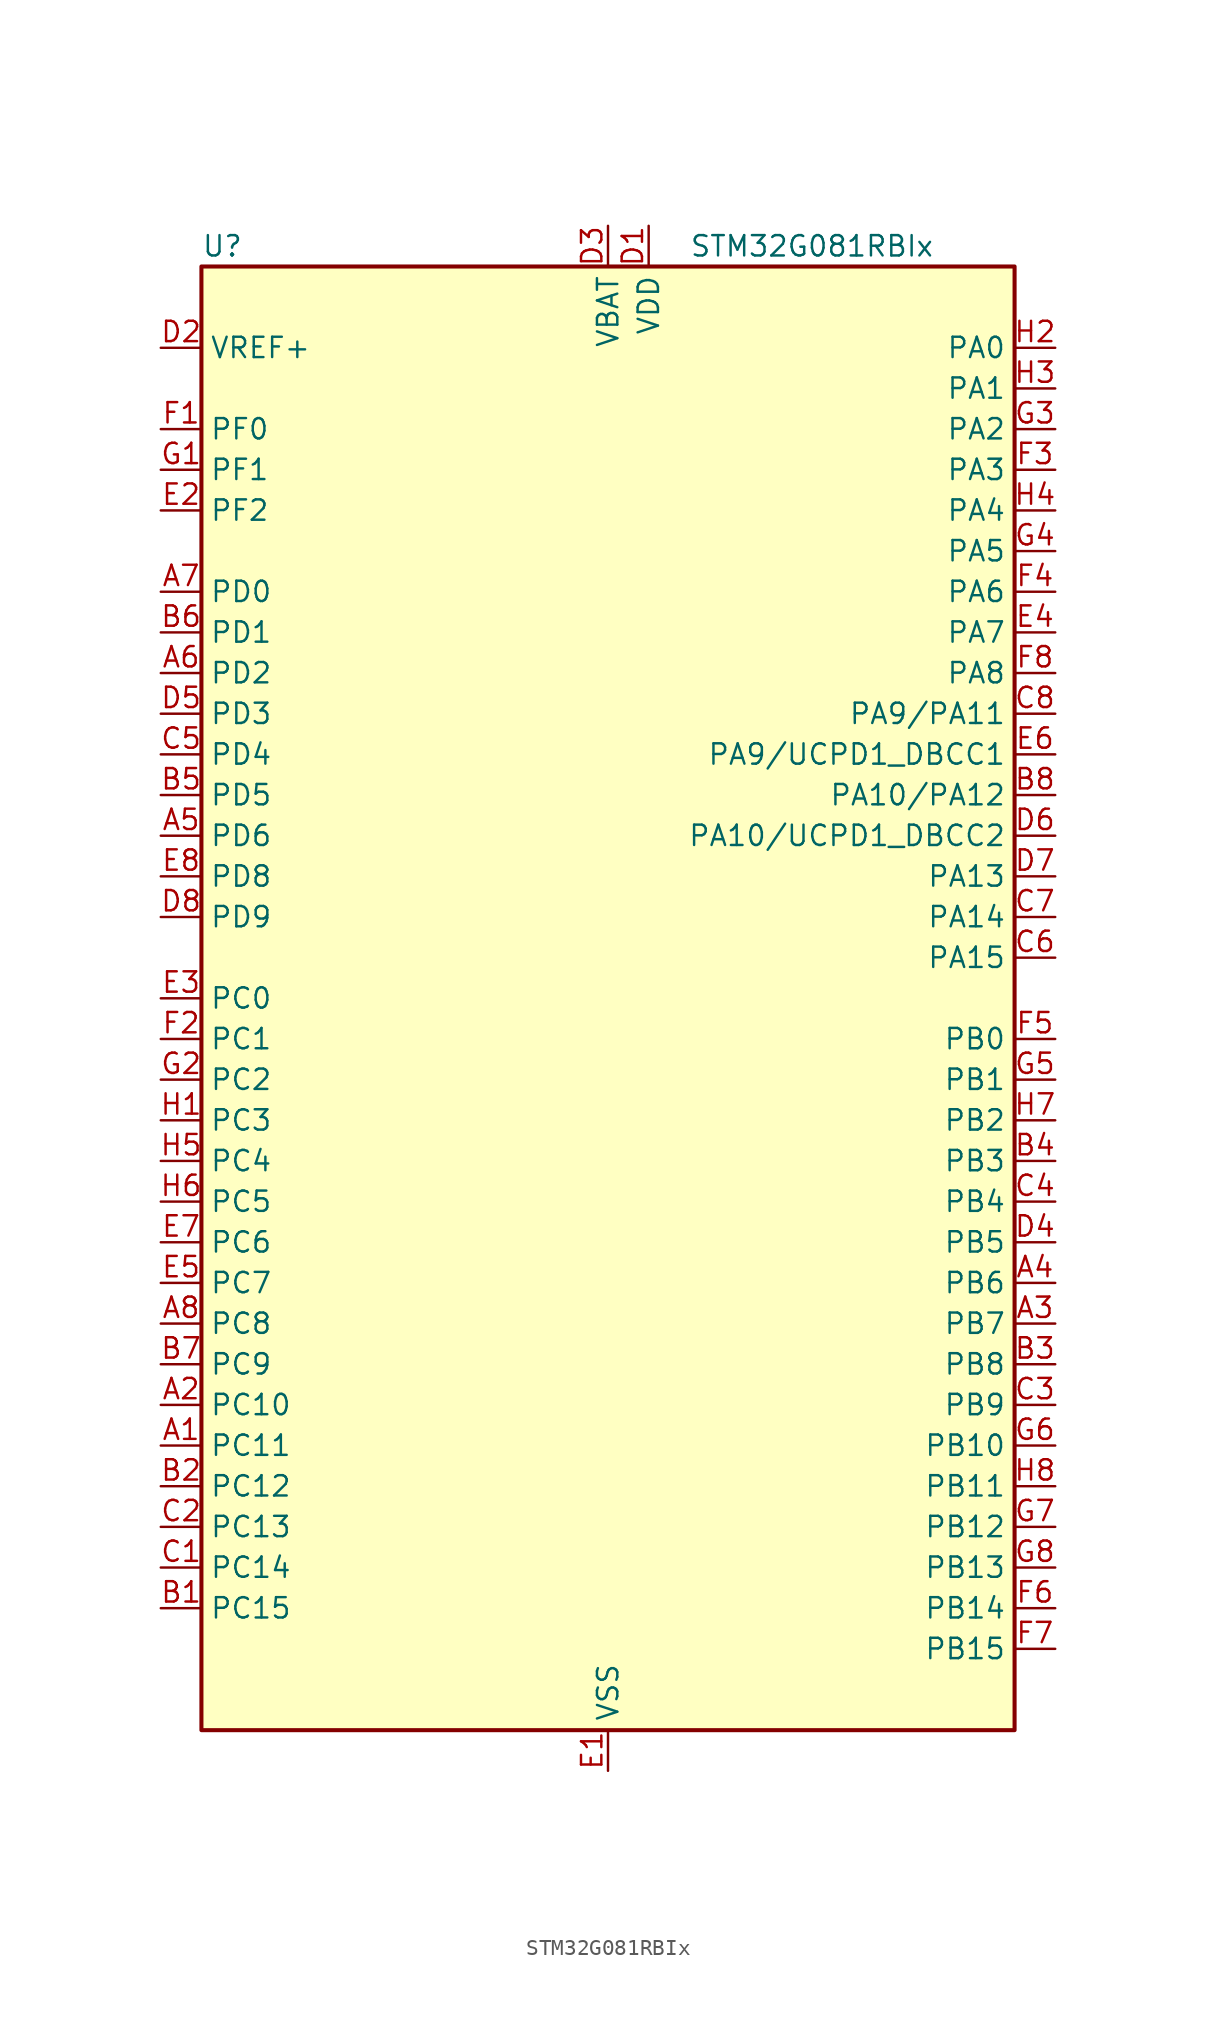
<source format=kicad_sym>
(kicad_symbol_lib
  (version 20241209)
  (generator "kicad_symbol_editor")
  (generator_version "9.0")
  (symbol "STM32G081RBIx"
    (property "Reference" "U"
      (at -25.4 46.99 0)
      (effects (font (size 1.27 1.27)) (justify left)))
    (property "Value" "STM32G081RBIx"
      (at 5.08 46.99 0)
      (effects (font (size 1.27 1.27)) (justify left)))
    (symbol "STM32G081RBIx_0_1"
      (rectangle (start -25.4 -45.72) (end 25.4 45.72) (stroke (width 0.254) (type default)) (fill (type background))))
    (symbol "STM32G081RBIx_1_1"
      (pin input line (at -27.94 40.64 0) (length 2.54) (name "VREF+" (effects (font (size 1.27 1.27)))) (number "D2" (effects (font (size 1.27 1.27)))) (alternate "VREFBUF_OUT" bidirectional line))
      (pin bidirectional line (at -27.94 35.56 0) (length 2.54) (name "PF0" (effects (font (size 1.27 1.27)))) (number "F1" (effects (font (size 1.27 1.27)))) (alternate "RCC_OSC_IN" bidirectional line) (alternate "TIM14_CH1" bidirectional line))
      (pin bidirectional line (at -27.94 33.02 0) (length 2.54) (name "PF1" (effects (font (size 1.27 1.27)))) (number "G1" (effects (font (size 1.27 1.27)))) (alternate "RCC_OSC_EN" bidirectional line) (alternate "RCC_OSC_OUT" bidirectional line) (alternate "TIM15_CH1N" bidirectional line))
      (pin bidirectional line (at -27.94 30.48 0) (length 2.54) (name "PF2" (effects (font (size 1.27 1.27)))) (number "E2" (effects (font (size 1.27 1.27)))) (alternate "RCC_MCO" bidirectional line))
      (pin bidirectional line (at -27.94 25.4 0) (length 2.54) (name "PD0" (effects (font (size 1.27 1.27)))) (number "A7" (effects (font (size 1.27 1.27)))) (alternate "SPI2_NSS" bidirectional line) (alternate "TIM16_CH1" bidirectional line) (alternate "UCPD2_CC1" bidirectional line))
      (pin bidirectional line (at -27.94 22.86 0) (length 2.54) (name "PD1" (effects (font (size 1.27 1.27)))) (number "B6" (effects (font (size 1.27 1.27)))) (alternate "SPI2_SCK" bidirectional line) (alternate "TIM17_CH1" bidirectional line) (alternate "UCPD2_DBCC1" bidirectional line))
      (pin bidirectional line (at -27.94 20.32 0) (length 2.54) (name "PD2" (effects (font (size 1.27 1.27)))) (number "A6" (effects (font (size 1.27 1.27)))) (alternate "TIM1_CH1N" bidirectional line) (alternate "TIM3_ETR" bidirectional line) (alternate "UCPD2_CC2" bidirectional line) (alternate "USART3_CK" bidirectional line) (alternate "USART3_DE" bidirectional line) (alternate "USART3_RTS" bidirectional line))
      (pin bidirectional line (at -27.94 17.78 0) (length 2.54) (name "PD3" (effects (font (size 1.27 1.27)))) (number "D5" (effects (font (size 1.27 1.27)))) (alternate "SPI2_MISO" bidirectional line) (alternate "TIM1_CH2N" bidirectional line) (alternate "UCPD2_DBCC2" bidirectional line) (alternate "USART2_CTS" bidirectional line) (alternate "USART2_NSS" bidirectional line))
      (pin bidirectional line (at -27.94 15.24 0) (length 2.54) (name "PD4" (effects (font (size 1.27 1.27)))) (number "C5" (effects (font (size 1.27 1.27)))) (alternate "SPI2_MOSI" bidirectional line) (alternate "TIM1_CH3N" bidirectional line) (alternate "USART2_CK" bidirectional line) (alternate "USART2_DE" bidirectional line) (alternate "USART2_RTS" bidirectional line))
      (pin bidirectional line (at -27.94 12.7 0) (length 2.54) (name "PD5" (effects (font (size 1.27 1.27)))) (number "B5" (effects (font (size 1.27 1.27)))) (alternate "I2S1_MCK" bidirectional line) (alternate "SPI1_MISO" bidirectional line) (alternate "TIM1_BK" bidirectional line) (alternate "USART2_TX" bidirectional line))
      (pin bidirectional line (at -27.94 10.16 0) (length 2.54) (name "PD6" (effects (font (size 1.27 1.27)))) (number "A5" (effects (font (size 1.27 1.27)))) (alternate "I2S1_SD" bidirectional line) (alternate "LPTIM2_OUT" bidirectional line) (alternate "SPI1_MOSI" bidirectional line) (alternate "USART2_RX" bidirectional line))
      (pin bidirectional line (at -27.94 7.62 0) (length 2.54) (name "PD8" (effects (font (size 1.27 1.27)))) (number "E8" (effects (font (size 1.27 1.27)))) (alternate "I2S1_CK" bidirectional line) (alternate "LPTIM1_OUT" bidirectional line) (alternate "SPI1_SCK" bidirectional line) (alternate "USART3_TX" bidirectional line))
      (pin bidirectional line (at -27.94 5.08 0) (length 2.54) (name "PD9" (effects (font (size 1.27 1.27)))) (number "D8" (effects (font (size 1.27 1.27)))) (alternate "DAC1_EXTI9" bidirectional line) (alternate "I2S1_WS" bidirectional line) (alternate "SPI1_NSS" bidirectional line) (alternate "TIM1_BK2" bidirectional line) (alternate "USART3_RX" bidirectional line))
      (pin bidirectional line (at -27.94 0 0) (length 2.54) (name "PC0" (effects (font (size 1.27 1.27)))) (number "E3" (effects (font (size 1.27 1.27)))) (alternate "LPTIM1_IN1" bidirectional line) (alternate "LPTIM2_IN1" bidirectional line) (alternate "LPUART1_RX" bidirectional line))
      (pin bidirectional line (at -27.94 -2.54 0) (length 2.54) (name "PC1" (effects (font (size 1.27 1.27)))) (number "F2" (effects (font (size 1.27 1.27)))) (alternate "LPTIM1_OUT" bidirectional line) (alternate "LPUART1_TX" bidirectional line) (alternate "TIM15_CH1" bidirectional line))
      (pin bidirectional line (at -27.94 -5.08 0) (length 2.54) (name "PC2" (effects (font (size 1.27 1.27)))) (number "G2" (effects (font (size 1.27 1.27)))) (alternate "LPTIM1_IN2" bidirectional line) (alternate "SPI2_MISO" bidirectional line) (alternate "TIM15_CH2" bidirectional line))
      (pin bidirectional line (at -27.94 -7.62 0) (length 2.54) (name "PC3" (effects (font (size 1.27 1.27)))) (number "H1" (effects (font (size 1.27 1.27)))) (alternate "LPTIM1_ETR" bidirectional line) (alternate "LPTIM2_ETR" bidirectional line) (alternate "SPI2_MOSI" bidirectional line))
      (pin bidirectional line (at -27.94 -10.16 0) (length 2.54) (name "PC4" (effects (font (size 1.27 1.27)))) (number "H5" (effects (font (size 1.27 1.27)))) (alternate "ADC1_IN17" bidirectional line) (alternate "COMP1_INM" bidirectional line) (alternate "TIM2_CH1" bidirectional line) (alternate "TIM2_ETR" bidirectional line) (alternate "USART1_TX" bidirectional line) (alternate "USART3_TX" bidirectional line))
      (pin bidirectional line (at -27.94 -12.7 0) (length 2.54) (name "PC5" (effects (font (size 1.27 1.27)))) (number "H6" (effects (font (size 1.27 1.27)))) (alternate "ADC1_IN18" bidirectional line) (alternate "COMP1_INP" bidirectional line) (alternate "SYS_WKUP5" bidirectional line) (alternate "TIM2_CH2" bidirectional line) (alternate "USART1_RX" bidirectional line) (alternate "USART3_RX" bidirectional line))
      (pin bidirectional line (at -27.94 -15.24 0) (length 2.54) (name "PC6" (effects (font (size 1.27 1.27)))) (number "E7" (effects (font (size 1.27 1.27)))) (alternate "TIM2_CH3" bidirectional line) (alternate "TIM3_CH1" bidirectional line) (alternate "UCPD1_FRSTX1" bidirectional line) (alternate "UCPD1_FRSTX2" bidirectional line))
      (pin bidirectional line (at -27.94 -17.78 0) (length 2.54) (name "PC7" (effects (font (size 1.27 1.27)))) (number "E5" (effects (font (size 1.27 1.27)))) (alternate "TIM2_CH4" bidirectional line) (alternate "TIM3_CH2" bidirectional line) (alternate "UCPD2_FRSTX1" bidirectional line) (alternate "UCPD2_FRSTX2" bidirectional line))
      (pin bidirectional line (at -27.94 -20.32 0) (length 2.54) (name "PC8" (effects (font (size 1.27 1.27)))) (number "A8" (effects (font (size 1.27 1.27)))) (alternate "TIM1_CH1" bidirectional line) (alternate "TIM3_CH3" bidirectional line) (alternate "UCPD2_FRSTX1" bidirectional line) (alternate "UCPD2_FRSTX2" bidirectional line))
      (pin bidirectional line (at -27.94 -22.86 0) (length 2.54) (name "PC9" (effects (font (size 1.27 1.27)))) (number "B7" (effects (font (size 1.27 1.27)))) (alternate "DAC1_EXTI9" bidirectional line) (alternate "I2S_CKIN" bidirectional line) (alternate "TIM1_CH2" bidirectional line) (alternate "TIM3_CH4" bidirectional line))
      (pin bidirectional line (at -27.94 -25.4 0) (length 2.54) (name "PC10" (effects (font (size 1.27 1.27)))) (number "A2" (effects (font (size 1.27 1.27)))) (alternate "TIM1_CH3" bidirectional line) (alternate "USART3_TX" bidirectional line) (alternate "USART4_TX" bidirectional line))
      (pin bidirectional line (at -27.94 -27.94 0) (length 2.54) (name "PC11" (effects (font (size 1.27 1.27)))) (number "A1" (effects (font (size 1.27 1.27)))) (alternate "ADC1_EXTI11" bidirectional line) (alternate "TIM1_CH4" bidirectional line) (alternate "USART3_RX" bidirectional line) (alternate "USART4_RX" bidirectional line))
      (pin bidirectional line (at -27.94 -30.48 0) (length 2.54) (name "PC12" (effects (font (size 1.27 1.27)))) (number "B2" (effects (font (size 1.27 1.27)))) (alternate "LPTIM1_IN1" bidirectional line) (alternate "TIM14_CH1" bidirectional line) (alternate "UCPD1_FRSTX1" bidirectional line) (alternate "UCPD1_FRSTX2" bidirectional line))
      (pin bidirectional line (at -27.94 -33.02 0) (length 2.54) (name "PC13" (effects (font (size 1.27 1.27)))) (number "C2" (effects (font (size 1.27 1.27)))) (alternate "RTC_OUT_ALARM" bidirectional line) (alternate "RTC_OUT_CALIB" bidirectional line) (alternate "RTC_TAMP_IN1" bidirectional line) (alternate "RTC_TS" bidirectional line) (alternate "SYS_WKUP2" bidirectional line) (alternate "TIM1_BK" bidirectional line))
      (pin bidirectional line (at -27.94 -35.56 0) (length 2.54) (name "PC14" (effects (font (size 1.27 1.27)))) (number "C1" (effects (font (size 1.27 1.27)))) (alternate "RCC_OSC32_IN" bidirectional line) (alternate "TIM1_BK2" bidirectional line))
      (pin bidirectional line (at -27.94 -38.1 0) (length 2.54) (name "PC15" (effects (font (size 1.27 1.27)))) (number "B1" (effects (font (size 1.27 1.27)))) (alternate "RCC_OSC32_EN" bidirectional line) (alternate "RCC_OSC32_OUT" bidirectional line) (alternate "RCC_OSC_EN" bidirectional line) (alternate "TIM15_BK" bidirectional line))
      (pin power_in line (at 0 48.26 270) (length 2.54) (name "VBAT" (effects (font (size 1.27 1.27)))) (number "D3" (effects (font (size 1.27 1.27)))))
      (pin power_in line (at 0 -48.26 90) (length 2.54) (name "VSS" (effects (font (size 1.27 1.27)))) (number "E1" (effects (font (size 1.27 1.27)))))
      (pin power_in line (at 2.54 48.26 270) (length 2.54) (name "VDD" (effects (font (size 1.27 1.27)))) (number "D1" (effects (font (size 1.27 1.27)))))
      (pin bidirectional line (at 27.94 40.64 180) (length 2.54) (name "PA0" (effects (font (size 1.27 1.27)))) (number "H2" (effects (font (size 1.27 1.27)))) (alternate "ADC1_IN0" bidirectional line) (alternate "COMP1_INM" bidirectional line) (alternate "COMP1_OUT" bidirectional line) (alternate "LPTIM1_OUT" bidirectional line) (alternate "RTC_TAMP_IN2" bidirectional line) (alternate "SPI2_SCK" bidirectional line) (alternate "SYS_WKUP1" bidirectional line) (alternate "TIM2_CH1" bidirectional line) (alternate "TIM2_ETR" bidirectional line) (alternate "UCPD2_FRSTX1" bidirectional line) (alternate "UCPD2_FRSTX2" bidirectional line) (alternate "USART2_CTS" bidirectional line) (alternate "USART2_NSS" bidirectional line) (alternate "USART4_TX" bidirectional line))
      (pin bidirectional line (at 27.94 38.1 180) (length 2.54) (name "PA1" (effects (font (size 1.27 1.27)))) (number "H3" (effects (font (size 1.27 1.27)))) (alternate "ADC1_IN1" bidirectional line) (alternate "COMP1_INP" bidirectional line) (alternate "I2C1_SMBA" bidirectional line) (alternate "I2S1_CK" bidirectional line) (alternate "SPI1_SCK" bidirectional line) (alternate "TIM15_CH1N" bidirectional line) (alternate "TIM2_CH2" bidirectional line) (alternate "USART2_CK" bidirectional line) (alternate "USART2_DE" bidirectional line) (alternate "USART2_RTS" bidirectional line) (alternate "USART4_RX" bidirectional line))
      (pin bidirectional line (at 27.94 35.56 180) (length 2.54) (name "PA2" (effects (font (size 1.27 1.27)))) (number "G3" (effects (font (size 1.27 1.27)))) (alternate "ADC1_IN2" bidirectional line) (alternate "COMP2_INM" bidirectional line) (alternate "COMP2_OUT" bidirectional line) (alternate "I2S1_SD" bidirectional line) (alternate "LPUART1_TX" bidirectional line) (alternate "RCC_LSCO" bidirectional line) (alternate "SPI1_MOSI" bidirectional line) (alternate "SYS_WKUP4" bidirectional line) (alternate "TIM15_CH1" bidirectional line) (alternate "TIM2_CH3" bidirectional line) (alternate "UCPD1_FRSTX1" bidirectional line) (alternate "UCPD1_FRSTX2" bidirectional line) (alternate "USART2_TX" bidirectional line))
      (pin bidirectional line (at 27.94 33.02 180) (length 2.54) (name "PA3" (effects (font (size 1.27 1.27)))) (number "F3" (effects (font (size 1.27 1.27)))) (alternate "ADC1_IN3" bidirectional line) (alternate "COMP2_INP" bidirectional line) (alternate "LPUART1_RX" bidirectional line) (alternate "SPI2_MISO" bidirectional line) (alternate "TIM15_CH2" bidirectional line) (alternate "TIM2_CH4" bidirectional line) (alternate "UCPD2_FRSTX1" bidirectional line) (alternate "UCPD2_FRSTX2" bidirectional line) (alternate "USART2_RX" bidirectional line))
      (pin bidirectional line (at 27.94 30.48 180) (length 2.54) (name "PA4" (effects (font (size 1.27 1.27)))) (number "H4" (effects (font (size 1.27 1.27)))) (alternate "ADC1_IN4" bidirectional line) (alternate "DAC1_OUT1" bidirectional line) (alternate "I2S1_WS" bidirectional line) (alternate "LPTIM2_OUT" bidirectional line) (alternate "RTC_OUT_ALARM" bidirectional line) (alternate "RTC_OUT_CALIB" bidirectional line) (alternate "SPI1_NSS" bidirectional line) (alternate "SPI2_MOSI" bidirectional line) (alternate "TIM14_CH1" bidirectional line) (alternate "UCPD2_FRSTX1" bidirectional line) (alternate "UCPD2_FRSTX2" bidirectional line))
      (pin bidirectional line (at 27.94 27.94 180) (length 2.54) (name "PA5" (effects (font (size 1.27 1.27)))) (number "G4" (effects (font (size 1.27 1.27)))) (alternate "ADC1_IN5" bidirectional line) (alternate "CEC" bidirectional line) (alternate "DAC1_OUT2" bidirectional line) (alternate "I2S1_CK" bidirectional line) (alternate "LPTIM2_ETR" bidirectional line) (alternate "SPI1_SCK" bidirectional line) (alternate "TIM2_CH1" bidirectional line) (alternate "TIM2_ETR" bidirectional line) (alternate "UCPD1_FRSTX1" bidirectional line) (alternate "UCPD1_FRSTX2" bidirectional line) (alternate "USART3_TX" bidirectional line))
      (pin bidirectional line (at 27.94 25.4 180) (length 2.54) (name "PA6" (effects (font (size 1.27 1.27)))) (number "F4" (effects (font (size 1.27 1.27)))) (alternate "ADC1_IN6" bidirectional line) (alternate "COMP1_OUT" bidirectional line) (alternate "I2S1_MCK" bidirectional line) (alternate "LPUART1_CTS" bidirectional line) (alternate "SPI1_MISO" bidirectional line) (alternate "TIM16_CH1" bidirectional line) (alternate "TIM1_BK" bidirectional line) (alternate "TIM3_CH1" bidirectional line) (alternate "USART3_CTS" bidirectional line) (alternate "USART3_NSS" bidirectional line))
      (pin bidirectional line (at 27.94 22.86 180) (length 2.54) (name "PA7" (effects (font (size 1.27 1.27)))) (number "E4" (effects (font (size 1.27 1.27)))) (alternate "ADC1_IN7" bidirectional line) (alternate "COMP2_OUT" bidirectional line) (alternate "I2S1_SD" bidirectional line) (alternate "SPI1_MOSI" bidirectional line) (alternate "TIM14_CH1" bidirectional line) (alternate "TIM17_CH1" bidirectional line) (alternate "TIM1_CH1N" bidirectional line) (alternate "TIM3_CH2" bidirectional line) (alternate "UCPD1_FRSTX1" bidirectional line) (alternate "UCPD1_FRSTX2" bidirectional line))
      (pin bidirectional line (at 27.94 20.32 180) (length 2.54) (name "PA8" (effects (font (size 1.27 1.27)))) (number "F8" (effects (font (size 1.27 1.27)))) (alternate "LPTIM2_OUT" bidirectional line) (alternate "RCC_MCO" bidirectional line) (alternate "SPI2_NSS" bidirectional line) (alternate "TIM1_CH1" bidirectional line) (alternate "UCPD1_CC1" bidirectional line))
      (pin bidirectional line (at 27.94 17.78 180) (length 2.54) (name "PA9/PA11" (effects (font (size 1.27 1.27)))) (number "C8" (effects (font (size 1.27 1.27)))) (alternate "ADC1_EXTI11 (PA11)" bidirectional line) (alternate "COMP1_OUT (PA11)" bidirectional line) (alternate "DAC1_EXTI9 (PA9)" bidirectional line) (alternate "I2C1_SCL (PA9)" bidirectional line) (alternate "I2C2_SCL (PA11)" bidirectional line) (alternate "I2S1_MCK (PA11)" bidirectional line) (alternate "PA11" bidirectional line) (alternate "PA9" bidirectional line) (alternate "RCC_MCO (PA9)" bidirectional line) (alternate "SPI1_MISO (PA11)" bidirectional line) (alternate "SPI2_MISO (PA9)" bidirectional line) (alternate "TIM15_BK (PA9)" bidirectional line) (alternate "TIM1_BK2 (PA11)" bidirectional line) (alternate "TIM1_CH2 (PA9)" bidirectional line) (alternate "TIM1_CH4 (PA11)" bidirectional line) (alternate "USART1_CTS (PA11)" bidirectional line) (alternate "USART1_NSS (PA11)" bidirectional line) (alternate "USART1_TX (PA9)" bidirectional line))
      (pin bidirectional line (at 27.94 15.24 180) (length 2.54) (name "PA9/UCPD1_DBCC1" (effects (font (size 1.27 1.27)))) (number "E6" (effects (font (size 1.27 1.27)))) (alternate "DAC1_EXTI9 (PA9)" bidirectional line) (alternate "I2C1_SCL (PA9)" bidirectional line) (alternate "PA9" bidirectional line) (alternate "RCC_MCO (PA9)" bidirectional line) (alternate "SPI2_MISO (PA9)" bidirectional line) (alternate "TIM15_BK (PA9)" bidirectional line) (alternate "TIM1_CH2 (PA9)" bidirectional line) (alternate "UCPD1_DBCC1" bidirectional line) (alternate "UCPD1_DBCC1 (PA9)" bidirectional line) (alternate "UCPD1_DBCC1 (UCPD1_DBCC1)" bidirectional line) (alternate "USART1_TX (PA9)" bidirectional line))
      (pin bidirectional line (at 27.94 12.7 180) (length 2.54) (name "PA10/PA12" (effects (font (size 1.27 1.27)))) (number "B8" (effects (font (size 1.27 1.27)))) (alternate "COMP2_OUT (PA12)" bidirectional line) (alternate "I2C1_SDA (PA10)" bidirectional line) (alternate "I2C2_SDA (PA12)" bidirectional line) (alternate "I2S1_SD (PA12)" bidirectional line) (alternate "I2S_CKIN (PA12)" bidirectional line) (alternate "PA10" bidirectional line) (alternate "PA12" bidirectional line) (alternate "SPI1_MOSI (PA12)" bidirectional line) (alternate "SPI2_MOSI (PA10)" bidirectional line) (alternate "TIM17_BK (PA10)" bidirectional line) (alternate "TIM1_CH3 (PA10)" bidirectional line) (alternate "TIM1_ETR (PA12)" bidirectional line) (alternate "USART1_CK (PA12)" bidirectional line) (alternate "USART1_DE (PA12)" bidirectional line) (alternate "USART1_RTS (PA12)" bidirectional line) (alternate "USART1_RX (PA10)" bidirectional line))
      (pin bidirectional line (at 27.94 10.16 180) (length 2.54) (name "PA10/UCPD1_DBCC2" (effects (font (size 1.27 1.27)))) (number "D6" (effects (font (size 1.27 1.27)))) (alternate "I2C1_SDA (PA10)" bidirectional line) (alternate "PA10" bidirectional line) (alternate "SPI2_MOSI (PA10)" bidirectional line) (alternate "TIM17_BK (PA10)" bidirectional line) (alternate "TIM1_CH3 (PA10)" bidirectional line) (alternate "UCPD1_DBCC2" bidirectional line) (alternate "UCPD1_DBCC2 (PA10)" bidirectional line) (alternate "UCPD1_DBCC2 (UCPD1_DBCC2)" bidirectional line) (alternate "USART1_RX (PA10)" bidirectional line))
      (pin bidirectional line (at 27.94 7.62 180) (length 2.54) (name "PA13" (effects (font (size 1.27 1.27)))) (number "D7" (effects (font (size 1.27 1.27)))) (alternate "IR_OUT" bidirectional line) (alternate "SYS_SWDIO" bidirectional line))
      (pin bidirectional line (at 27.94 5.08 180) (length 2.54) (name "PA14" (effects (font (size 1.27 1.27)))) (number "C7" (effects (font (size 1.27 1.27)))) (alternate "SYS_SWCLK" bidirectional line) (alternate "USART2_TX" bidirectional line))
      (pin bidirectional line (at 27.94 2.54 180) (length 2.54) (name "PA15" (effects (font (size 1.27 1.27)))) (number "C6" (effects (font (size 1.27 1.27)))) (alternate "I2S1_WS" bidirectional line) (alternate "SPI1_NSS" bidirectional line) (alternate "TIM2_CH1" bidirectional line) (alternate "TIM2_ETR" bidirectional line) (alternate "USART2_RX" bidirectional line) (alternate "USART3_CK" bidirectional line) (alternate "USART3_DE" bidirectional line) (alternate "USART3_RTS" bidirectional line) (alternate "USART4_CK" bidirectional line) (alternate "USART4_DE" bidirectional line) (alternate "USART4_RTS" bidirectional line))
      (pin bidirectional line (at 27.94 -2.54 180) (length 2.54) (name "PB0" (effects (font (size 1.27 1.27)))) (number "F5" (effects (font (size 1.27 1.27)))) (alternate "ADC1_IN8" bidirectional line) (alternate "COMP1_OUT" bidirectional line) (alternate "I2S1_WS" bidirectional line) (alternate "LPTIM1_OUT" bidirectional line) (alternate "SPI1_NSS" bidirectional line) (alternate "TIM1_CH2N" bidirectional line) (alternate "TIM3_CH3" bidirectional line) (alternate "UCPD1_FRSTX1" bidirectional line) (alternate "UCPD1_FRSTX2" bidirectional line) (alternate "USART3_RX" bidirectional line))
      (pin bidirectional line (at 27.94 -5.08 180) (length 2.54) (name "PB1" (effects (font (size 1.27 1.27)))) (number "G5" (effects (font (size 1.27 1.27)))) (alternate "ADC1_IN9" bidirectional line) (alternate "COMP1_INM" bidirectional line) (alternate "LPTIM2_IN1" bidirectional line) (alternate "LPUART1_DE" bidirectional line) (alternate "LPUART1_RTS" bidirectional line) (alternate "TIM14_CH1" bidirectional line) (alternate "TIM1_CH3N" bidirectional line) (alternate "TIM3_CH4" bidirectional line) (alternate "USART3_CK" bidirectional line) (alternate "USART3_DE" bidirectional line) (alternate "USART3_RTS" bidirectional line))
      (pin bidirectional line (at 27.94 -7.62 180) (length 2.54) (name "PB2" (effects (font (size 1.27 1.27)))) (number "H7" (effects (font (size 1.27 1.27)))) (alternate "ADC1_IN10" bidirectional line) (alternate "COMP1_INP" bidirectional line) (alternate "LPTIM1_OUT" bidirectional line) (alternate "SPI2_MISO" bidirectional line) (alternate "USART3_TX" bidirectional line))
      (pin bidirectional line (at 27.94 -10.16 180) (length 2.54) (name "PB3" (effects (font (size 1.27 1.27)))) (number "B4" (effects (font (size 1.27 1.27)))) (alternate "COMP2_INM" bidirectional line) (alternate "I2S1_CK" bidirectional line) (alternate "SPI1_SCK" bidirectional line) (alternate "TIM1_CH2" bidirectional line) (alternate "TIM2_CH2" bidirectional line) (alternate "USART1_CK" bidirectional line) (alternate "USART1_DE" bidirectional line) (alternate "USART1_RTS" bidirectional line))
      (pin bidirectional line (at 27.94 -12.7 180) (length 2.54) (name "PB4" (effects (font (size 1.27 1.27)))) (number "C4" (effects (font (size 1.27 1.27)))) (alternate "COMP2_INP" bidirectional line) (alternate "I2S1_MCK" bidirectional line) (alternate "SPI1_MISO" bidirectional line) (alternate "TIM17_BK" bidirectional line) (alternate "TIM3_CH1" bidirectional line) (alternate "USART1_CTS" bidirectional line) (alternate "USART1_NSS" bidirectional line))
      (pin bidirectional line (at 27.94 -15.24 180) (length 2.54) (name "PB5" (effects (font (size 1.27 1.27)))) (number "D4" (effects (font (size 1.27 1.27)))) (alternate "COMP2_OUT" bidirectional line) (alternate "I2C1_SMBA" bidirectional line) (alternate "I2S1_SD" bidirectional line) (alternate "LPTIM1_IN1" bidirectional line) (alternate "SPI1_MOSI" bidirectional line) (alternate "SYS_WKUP6" bidirectional line) (alternate "TIM16_BK" bidirectional line) (alternate "TIM3_CH2" bidirectional line))
      (pin bidirectional line (at 27.94 -17.78 180) (length 2.54) (name "PB6" (effects (font (size 1.27 1.27)))) (number "A4" (effects (font (size 1.27 1.27)))) (alternate "COMP2_INP" bidirectional line) (alternate "I2C1_SCL" bidirectional line) (alternate "LPTIM1_ETR" bidirectional line) (alternate "SPI2_MISO" bidirectional line) (alternate "TIM16_CH1N" bidirectional line) (alternate "TIM1_CH3" bidirectional line) (alternate "USART1_TX" bidirectional line))
      (pin bidirectional line (at 27.94 -20.32 180) (length 2.54) (name "PB7" (effects (font (size 1.27 1.27)))) (number "A3" (effects (font (size 1.27 1.27)))) (alternate "COMP2_INM" bidirectional line) (alternate "I2C1_SDA" bidirectional line) (alternate "LPTIM1_IN2" bidirectional line) (alternate "SPI2_MOSI" bidirectional line) (alternate "SYS_PVD_IN" bidirectional line) (alternate "TIM17_CH1N" bidirectional line) (alternate "USART1_RX" bidirectional line) (alternate "USART4_CTS" bidirectional line) (alternate "USART4_NSS" bidirectional line))
      (pin bidirectional line (at 27.94 -22.86 180) (length 2.54) (name "PB8" (effects (font (size 1.27 1.27)))) (number "B3" (effects (font (size 1.27 1.27)))) (alternate "CEC" bidirectional line) (alternate "I2C1_SCL" bidirectional line) (alternate "SPI2_SCK" bidirectional line) (alternate "TIM15_BK" bidirectional line) (alternate "TIM16_CH1" bidirectional line) (alternate "USART3_TX" bidirectional line))
      (pin bidirectional line (at 27.94 -25.4 180) (length 2.54) (name "PB9" (effects (font (size 1.27 1.27)))) (number "C3" (effects (font (size 1.27 1.27)))) (alternate "DAC1_EXTI9" bidirectional line) (alternate "I2C1_SDA" bidirectional line) (alternate "IR_OUT" bidirectional line) (alternate "SPI2_NSS" bidirectional line) (alternate "TIM17_CH1" bidirectional line) (alternate "UCPD2_FRSTX1" bidirectional line) (alternate "UCPD2_FRSTX2" bidirectional line) (alternate "USART3_RX" bidirectional line))
      (pin bidirectional line (at 27.94 -27.94 180) (length 2.54) (name "PB10" (effects (font (size 1.27 1.27)))) (number "G6" (effects (font (size 1.27 1.27)))) (alternate "ADC1_IN11" bidirectional line) (alternate "CEC" bidirectional line) (alternate "COMP1_OUT" bidirectional line) (alternate "I2C2_SCL" bidirectional line) (alternate "LPUART1_RX" bidirectional line) (alternate "SPI2_SCK" bidirectional line) (alternate "TIM2_CH3" bidirectional line) (alternate "USART3_TX" bidirectional line))
      (pin bidirectional line (at 27.94 -30.48 180) (length 2.54) (name "PB11" (effects (font (size 1.27 1.27)))) (number "H8" (effects (font (size 1.27 1.27)))) (alternate "ADC1_EXTI11" bidirectional line) (alternate "ADC1_IN15" bidirectional line) (alternate "COMP2_OUT" bidirectional line) (alternate "I2C2_SDA" bidirectional line) (alternate "LPUART1_TX" bidirectional line) (alternate "SPI2_MOSI" bidirectional line) (alternate "TIM2_CH4" bidirectional line) (alternate "USART3_RX" bidirectional line))
      (pin bidirectional line (at 27.94 -33.02 180) (length 2.54) (name "PB12" (effects (font (size 1.27 1.27)))) (number "G7" (effects (font (size 1.27 1.27)))) (alternate "ADC1_IN16" bidirectional line) (alternate "LPUART1_DE" bidirectional line) (alternate "LPUART1_RTS" bidirectional line) (alternate "SPI2_NSS" bidirectional line) (alternate "TIM15_BK" bidirectional line) (alternate "TIM1_BK" bidirectional line) (alternate "UCPD2_FRSTX1" bidirectional line) (alternate "UCPD2_FRSTX2" bidirectional line))
      (pin bidirectional line (at 27.94 -35.56 180) (length 2.54) (name "PB13" (effects (font (size 1.27 1.27)))) (number "G8" (effects (font (size 1.27 1.27)))) (alternate "I2C2_SCL" bidirectional line) (alternate "LPUART1_CTS" bidirectional line) (alternate "SPI2_SCK" bidirectional line) (alternate "TIM15_CH1N" bidirectional line) (alternate "TIM1_CH1N" bidirectional line) (alternate "USART3_CTS" bidirectional line) (alternate "USART3_NSS" bidirectional line))
      (pin bidirectional line (at 27.94 -38.1 180) (length 2.54) (name "PB14" (effects (font (size 1.27 1.27)))) (number "F6" (effects (font (size 1.27 1.27)))) (alternate "I2C2_SDA" bidirectional line) (alternate "SPI2_MISO" bidirectional line) (alternate "TIM15_CH1" bidirectional line) (alternate "TIM1_CH2N" bidirectional line) (alternate "UCPD1_FRSTX1" bidirectional line) (alternate "UCPD1_FRSTX2" bidirectional line) (alternate "USART3_CK" bidirectional line) (alternate "USART3_DE" bidirectional line) (alternate "USART3_RTS" bidirectional line))
      (pin bidirectional line (at 27.94 -40.64 180) (length 2.54) (name "PB15" (effects (font (size 1.27 1.27)))) (number "F7" (effects (font (size 1.27 1.27)))) (alternate "RTC_REFIN" bidirectional line) (alternate "SPI2_MOSI" bidirectional line) (alternate "TIM15_CH1N" bidirectional line) (alternate "TIM15_CH2" bidirectional line) (alternate "TIM1_CH3N" bidirectional line) (alternate "UCPD1_CC2" bidirectional line)))))
</source>
